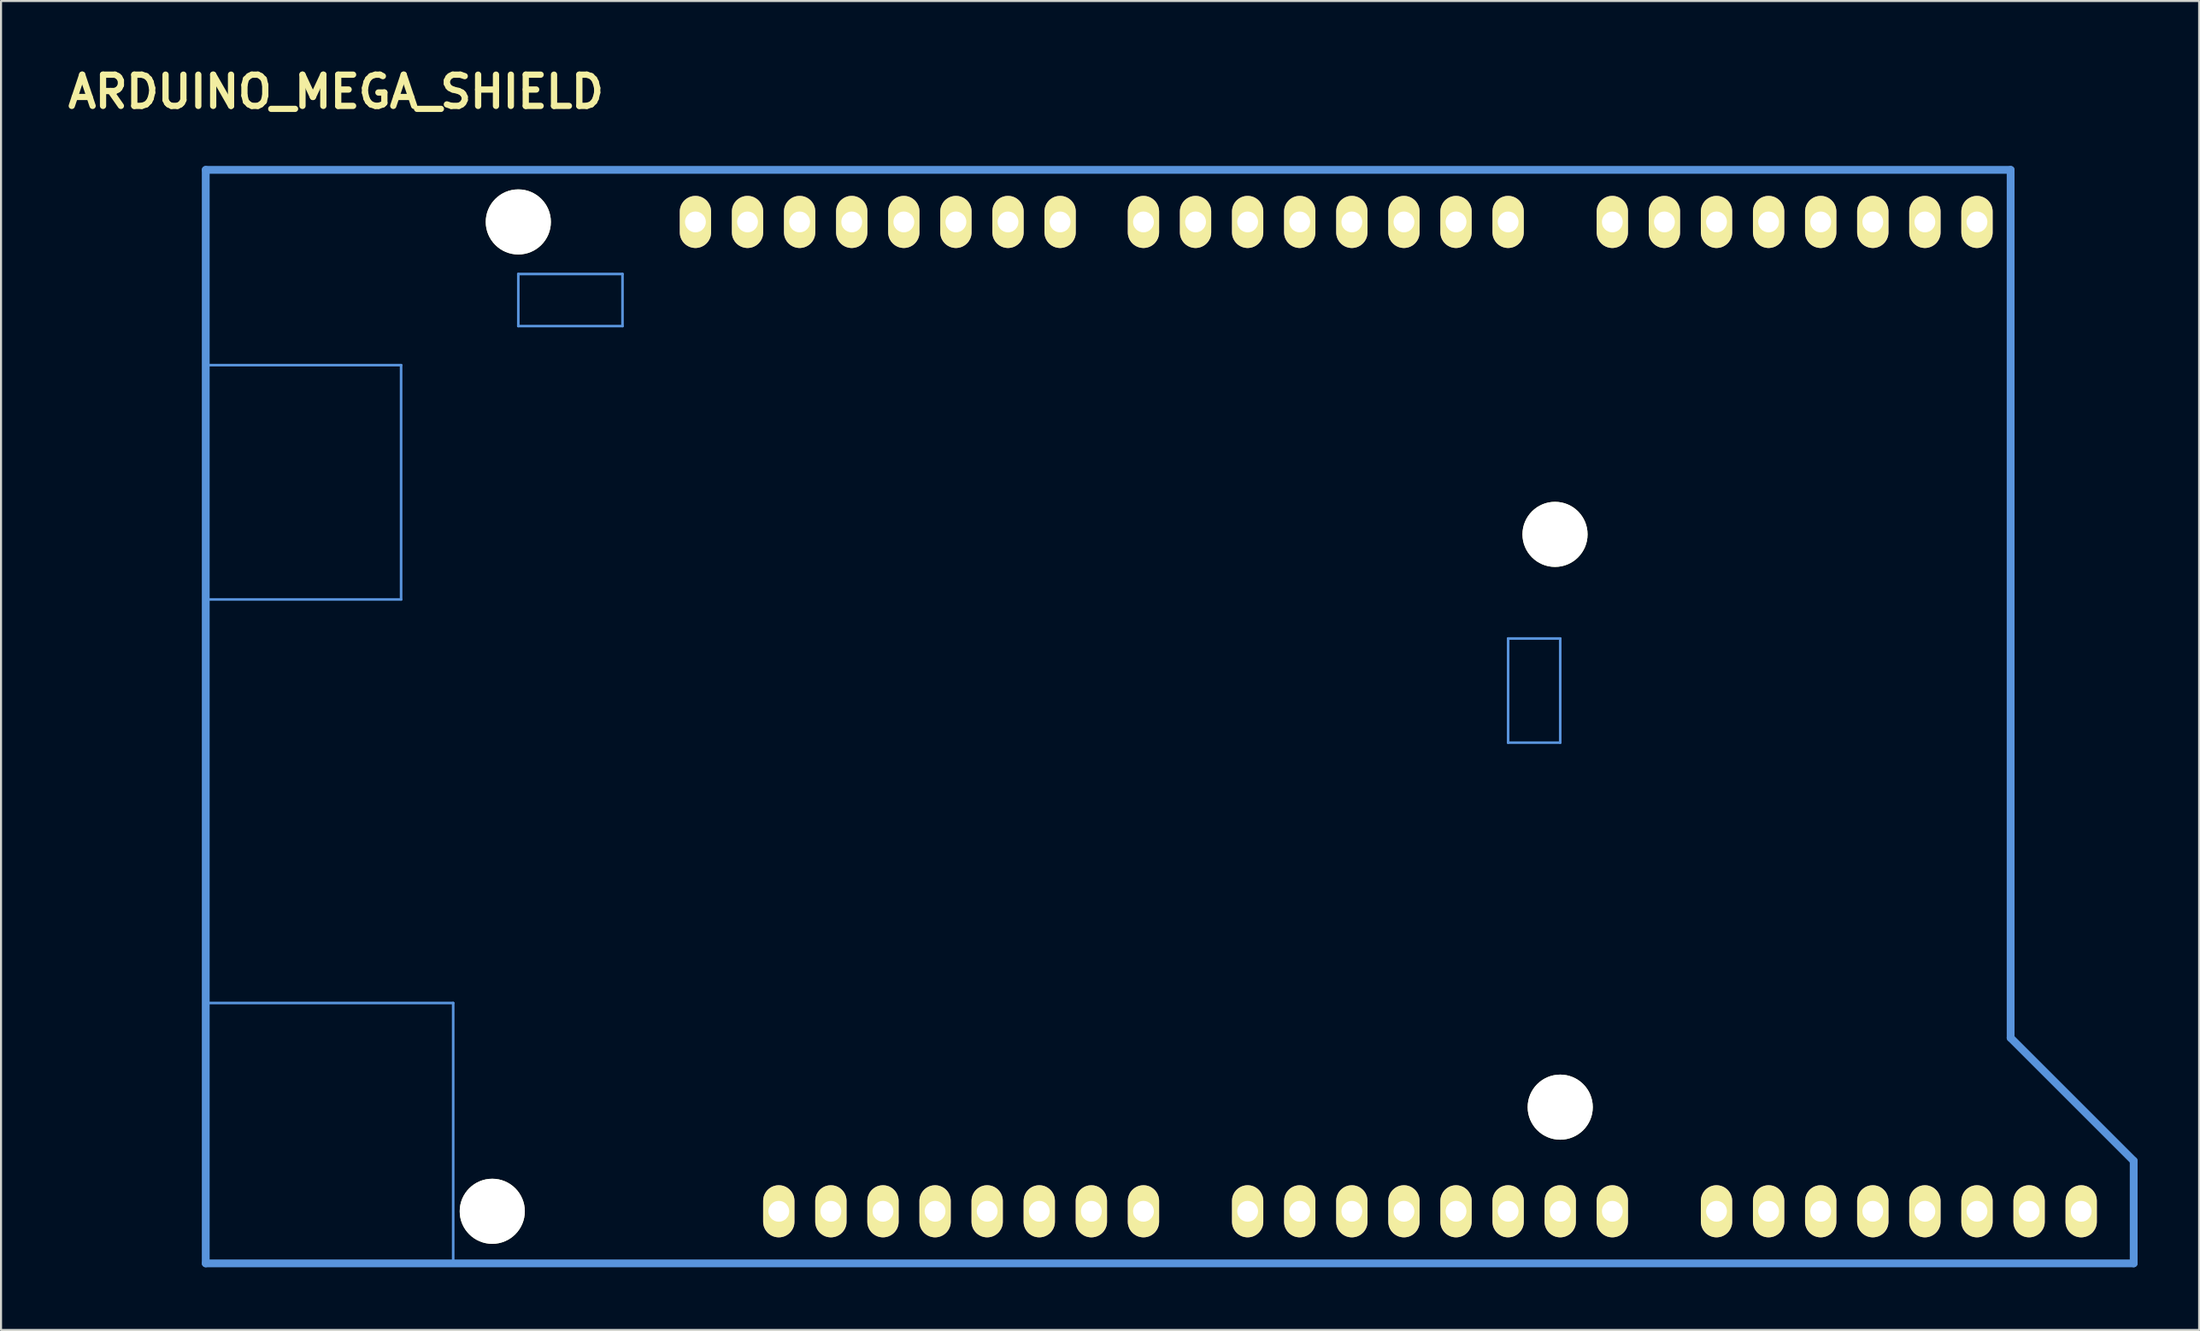
<source format=kicad_pcb>
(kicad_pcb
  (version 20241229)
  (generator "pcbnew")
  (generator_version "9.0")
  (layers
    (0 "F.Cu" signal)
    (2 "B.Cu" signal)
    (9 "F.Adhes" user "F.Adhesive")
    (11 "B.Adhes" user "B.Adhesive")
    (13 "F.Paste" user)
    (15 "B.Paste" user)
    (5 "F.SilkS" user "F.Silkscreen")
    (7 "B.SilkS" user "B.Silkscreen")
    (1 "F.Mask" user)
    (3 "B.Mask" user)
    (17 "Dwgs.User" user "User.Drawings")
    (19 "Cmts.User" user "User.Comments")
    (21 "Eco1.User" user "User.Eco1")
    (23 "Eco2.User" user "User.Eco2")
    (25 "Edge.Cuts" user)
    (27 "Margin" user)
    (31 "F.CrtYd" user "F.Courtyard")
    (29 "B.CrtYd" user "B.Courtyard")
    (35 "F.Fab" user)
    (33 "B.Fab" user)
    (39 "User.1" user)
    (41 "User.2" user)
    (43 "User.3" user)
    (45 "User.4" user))
  (footprint "ARDUINO_MEGA_SHIELD"
    (layer "F.Cu")
    (at 6.981 58.576)
    (property "Reference" "ARDUINO_MEGA_SHIELD" (at 6.35 -57.15 0) (layer "F.SilkS") (effects (font (size 1.524 1.524) (thickness 0.305))))
    (attr through_hole)
    (fp_line (start 0 -32.385) (end 9.525 -32.385) (stroke (width 0.127) (type solid)) (layer "Cmts.User"))
    (fp_line (start 0 -12.7) (end 12.065 -12.7) (stroke (width 0.127) (type solid)) (layer "Cmts.User"))
    (fp_line (start 0 0) (end 0 -53.34) (stroke (width 0.381) (type solid)) (layer "Cmts.User"))
    (fp_line (start 9.525 -43.815) (end 0 -43.815) (stroke (width 0.127) (type solid)) (layer "Cmts.User"))
    (fp_line (start 9.525 -43.815) (end 9.525 -32.385) (stroke (width 0.127) (type solid)) (layer "Cmts.User"))
    (fp_line (start 12.065 -12.7) (end 12.065 0) (stroke (width 0.127) (type solid)) (layer "Cmts.User"))
    (fp_line (start 15.24 -48.26) (end 15.24 -45.72) (stroke (width 0.127) (type solid)) (layer "Cmts.User"))
    (fp_line (start 15.24 -48.26) (end 20.32 -48.26) (stroke (width 0.127) (type solid)) (layer "Cmts.User"))
    (fp_line (start 15.24 -45.72) (end 20.32 -45.72) (stroke (width 0.127) (type solid)) (layer "Cmts.User"))
    (fp_line (start 20.32 -45.72) (end 20.32 -48.26) (stroke (width 0.127) (type solid)) (layer "Cmts.User"))
    (fp_line (start 63.5 -30.48) (end 66.04 -30.48) (stroke (width 0.127) (type solid)) (layer "Cmts.User"))
    (fp_line (start 63.5 -25.4) (end 63.5 -30.48) (stroke (width 0.127) (type solid)) (layer "Cmts.User"))
    (fp_line (start 66.04 -30.48) (end 66.04 -25.4) (stroke (width 0.127) (type solid)) (layer "Cmts.User"))
    (fp_line (start 66.04 -25.4) (end 63.5 -25.4) (stroke (width 0.127) (type solid)) (layer "Cmts.User"))
    (fp_line (start 88 -53.34) (end 0 -53.34) (stroke (width 0.381) (type solid)) (layer "Cmts.User"))
    (fp_line (start 88 -53.34) (end 88 -11) (stroke (width 0.381) (type solid)) (layer "Cmts.User"))
    (fp_line (start 88 -11) (end 94 -5) (stroke (width 0.381) (type solid)) (layer "Cmts.User"))
    (fp_line (start 94 0) (end 0 0) (stroke (width 0.381) (type solid)) (layer "Cmts.User"))
    (fp_line (start 94 0) (end 94 -5) (stroke (width 0.381) (type solid)) (layer "Cmts.User"))
    (pad "" np_thru_hole circle (at 13.97 -2.54 90) (size 3.175 3.175) (drill 3.175) (layers "*.Cu" "*.Mask" "F.SilkS"))
    (pad "" np_thru_hole circle (at 15.24 -50.8 90) (size 3.175 3.175) (drill 3.175) (layers "*.Cu" "*.Mask" "F.SilkS"))
    (pad "" np_thru_hole circle (at 65.786 -35.56) (size 3.175 3.175) (drill 3.175) (layers "*.Cu" "*.Mask" "F.SilkS"))
    (pad "" np_thru_hole circle (at 66.04 -7.62) (size 3.175 3.175) (drill 3.175) (layers "*.Cu" "*.Mask" "F.SilkS"))
    (pad "0" thru_hole oval (at 63.5 -50.8 90) (size 2.54 1.524) (drill 1.016) (layers "*.Cu" "*.Mask" "F.SilkS"))
    (pad "1" thru_hole oval (at 60.96 -50.8 90) (size 2.54 1.524) (drill 1.016) (layers "*.Cu" "*.Mask" "F.SilkS"))
    (pad "2" thru_hole oval (at 58.42 -50.8 90) (size 2.54 1.524) (drill 1.016) (layers "*.Cu" "*.Mask" "F.SilkS"))
    (pad "3" thru_hole oval (at 55.88 -50.8 90) (size 2.54 1.524) (drill 1.016) (layers "*.Cu" "*.Mask" "F.SilkS"))
    (pad "3V3" thru_hole oval (at 35.56 -2.54 90) (size 2.54 1.524) (drill 1.016) (layers "*.Cu" "*.Mask" "F.SilkS"))
    (pad "4" thru_hole oval (at 53.34 -50.8 90) (size 2.54 1.524) (drill 1.016) (layers "*.Cu" "*.Mask" "F.SilkS"))
    (pad "5" thru_hole oval (at 50.8 -50.8 90) (size 2.54 1.524) (drill 1.016) (layers "*.Cu" "*.Mask" "F.SilkS"))
    (pad "5V" thru_hole oval (at 38.1 -2.54 90) (size 2.54 1.524) (drill 1.016) (layers "*.Cu" "*.Mask" "F.SilkS"))
    (pad "6" thru_hole oval (at 48.26 -50.8 90) (size 2.54 1.524) (drill 1.016) (layers "*.Cu" "*.Mask" "F.SilkS"))
    (pad "7" thru_hole oval (at 45.72 -50.8 90) (size 2.54 1.524) (drill 1.016) (layers "*.Cu" "*.Mask" "F.SilkS"))
    (pad "8" thru_hole oval (at 41.656 -50.8 90) (size 2.54 1.524) (drill 1.016) (layers "*.Cu" "*.Mask" "F.SilkS"))
    (pad "9" thru_hole oval (at 39.116 -50.8 90) (size 2.54 1.524) (drill 1.016) (layers "*.Cu" "*.Mask" "F.SilkS"))
    (pad "10" thru_hole oval (at 36.576 -50.8 90) (size 2.54 1.524) (drill 1.016) (layers "*.Cu" "*.Mask" "F.SilkS"))
    (pad "11" thru_hole oval (at 34.036 -50.8 90) (size 2.54 1.524) (drill 1.016) (layers "*.Cu" "*.Mask" "F.SilkS"))
    (pad "12" thru_hole oval (at 31.496 -50.8 90) (size 2.54 1.524) (drill 1.016) (layers "*.Cu" "*.Mask" "F.SilkS"))
    (pad "13" thru_hole oval (at 28.956 -50.8 90) (size 2.54 1.524) (drill 1.016) (layers "*.Cu" "*.Mask" "F.SilkS"))
    (pad "14" thru_hole oval (at 68.58 -50.8 90) (size 2.54 1.524) (drill 1.016) (layers "*.Cu" "*.Mask" "F.SilkS"))
    (pad "15" thru_hole oval (at 71.12 -50.8 90) (size 2.54 1.524) (drill 1.016) (layers "*.Cu" "*.Mask" "F.SilkS"))
    (pad "16" thru_hole oval (at 73.66 -50.8 90) (size 2.54 1.524) (drill 1.016) (layers "*.Cu" "*.Mask" "F.SilkS"))
    (pad "17" thru_hole oval (at 76.2 -50.8 90) (size 2.54 1.524) (drill 1.016) (layers "*.Cu" "*.Mask" "F.SilkS"))
    (pad "18" thru_hole oval (at 78.74 -50.8 90) (size 2.54 1.524) (drill 1.016) (layers "*.Cu" "*.Mask" "F.SilkS"))
    (pad "19" thru_hole oval (at 81.28 -50.8 90) (size 2.54 1.524) (drill 1.016) (layers "*.Cu" "*.Mask" "F.SilkS"))
    (pad "20" thru_hole oval (at 83.82 -50.8 90) (size 2.54 1.524) (drill 1.016) (layers "*.Cu" "*.Mask" "F.SilkS"))
    (pad "21" thru_hole oval (at 86.36 -50.8 90) (size 2.54 1.524) (drill 1.016) (layers "*.Cu" "*.Mask" "F.SilkS"))
    (pad "AD0" thru_hole oval (at 50.8 -2.54 90) (size 2.54 1.524) (drill 1.016) (layers "*.Cu" "*.Mask" "F.SilkS"))
    (pad "AD1" thru_hole oval (at 53.34 -2.54 90) (size 2.54 1.524) (drill 1.016) (layers "*.Cu" "*.Mask" "F.SilkS"))
    (pad "AD2" thru_hole oval (at 55.88 -2.54 90) (size 2.54 1.524) (drill 1.016) (layers "*.Cu" "*.Mask" "F.SilkS"))
    (pad "AD3" thru_hole oval (at 58.42 -2.54 90) (size 2.54 1.524) (drill 1.016) (layers "*.Cu" "*.Mask" "F.SilkS"))
    (pad "AD4" thru_hole oval (at 60.96 -2.54 90) (size 2.54 1.524) (drill 1.016) (layers "*.Cu" "*.Mask" "F.SilkS"))
    (pad "AD5" thru_hole oval (at 63.5 -2.54 90) (size 2.54 1.524) (drill 1.016) (layers "*.Cu" "*.Mask" "F.SilkS"))
    (pad "AD6" thru_hole oval (at 66.04 -2.54 90) (size 2.54 1.524) (drill 1.016) (layers "*.Cu" "*.Mask" "F.SilkS"))
    (pad "AD7" thru_hole oval (at 68.58 -2.54 90) (size 2.54 1.524) (drill 1.016) (layers "*.Cu" "*.Mask" "F.SilkS"))
    (pad "AD8" thru_hole oval (at 73.66 -2.54 90) (size 2.54 1.524) (drill 1.016) (layers "*.Cu" "*.Mask" "F.SilkS"))
    (pad "AD9" thru_hole oval (at 76.2 -2.54 90) (size 2.54 1.524) (drill 1.016) (layers "*.Cu" "*.Mask" "F.SilkS"))
    (pad "AD10" thru_hole oval (at 78.74 -2.54 90) (size 2.54 1.524) (drill 1.016) (layers "*.Cu" "*.Mask" "F.SilkS"))
    (pad "AD11" thru_hole oval (at 81.28 -2.54 90) (size 2.54 1.524) (drill 1.016) (layers "*.Cu" "*.Mask" "F.SilkS"))
    (pad "AD12" thru_hole oval (at 83.82 -2.54 90) (size 2.54 1.524) (drill 1.016) (layers "*.Cu" "*.Mask" "F.SilkS"))
    (pad "AD13" thru_hole oval (at 86.36 -2.54 90) (size 2.54 1.524) (drill 1.016) (layers "*.Cu" "*.Mask" "F.SilkS"))
    (pad "AD14" thru_hole oval (at 88.9 -2.54 90) (size 2.54 1.524) (drill 1.016) (layers "*.Cu" "*.Mask" "F.SilkS"))
    (pad "AD15" thru_hole oval (at 91.44 -2.54 90) (size 2.54 1.524) (drill 1.016) (layers "*.Cu" "*.Mask" "F.SilkS"))
    (pad "AREF" thru_hole oval (at 23.876 -50.8 90) (size 2.54 1.524) (drill 1.016) (layers "*.Cu" "*.Mask" "F.SilkS"))
    (pad "GND1" thru_hole oval (at 40.64 -2.54 90) (size 2.54 1.524) (drill 1.016) (layers "*.Cu" "*.Mask" "F.SilkS"))
    (pad "GND2" thru_hole oval (at 43.18 -2.54 90) (size 2.54 1.524) (drill 1.016) (layers "*.Cu" "*.Mask" "F.SilkS"))
    (pad "GND3" thru_hole oval (at 26.416 -50.8 90) (size 2.54 1.524) (drill 1.016) (layers "*.Cu" "*.Mask" "F.SilkS"))
    (pad "IO_R" thru_hole oval (at 30.48 -2.54 90) (size 2.54 1.524) (drill 1.016) (layers "*.Cu" "*.Mask" "F.SilkS"))
    (pad "NC" thru_hole oval (at 27.94 -2.54 90) (size 2.54 1.524) (drill 1.016) (layers "*.Cu" "*.Mask" "F.SilkS"))
    (pad "RST" thru_hole oval (at 33.02 -2.54 90) (size 2.54 1.524) (drill 1.016) (layers "*.Cu" "*.Mask" "F.SilkS"))
    (pad "V_IN" thru_hole oval (at 45.72 -2.54 90) (size 2.54 1.524) (drill 1.016) (layers "*.Cu" "*.Mask" "F.SilkS")))
  (gr_rect
    (start -3 -3)
    (end 104.172 61.826)
    (stroke (width 0.1) (type default))
    (fill no)
    (layer "Edge.Cuts")))
</source>
